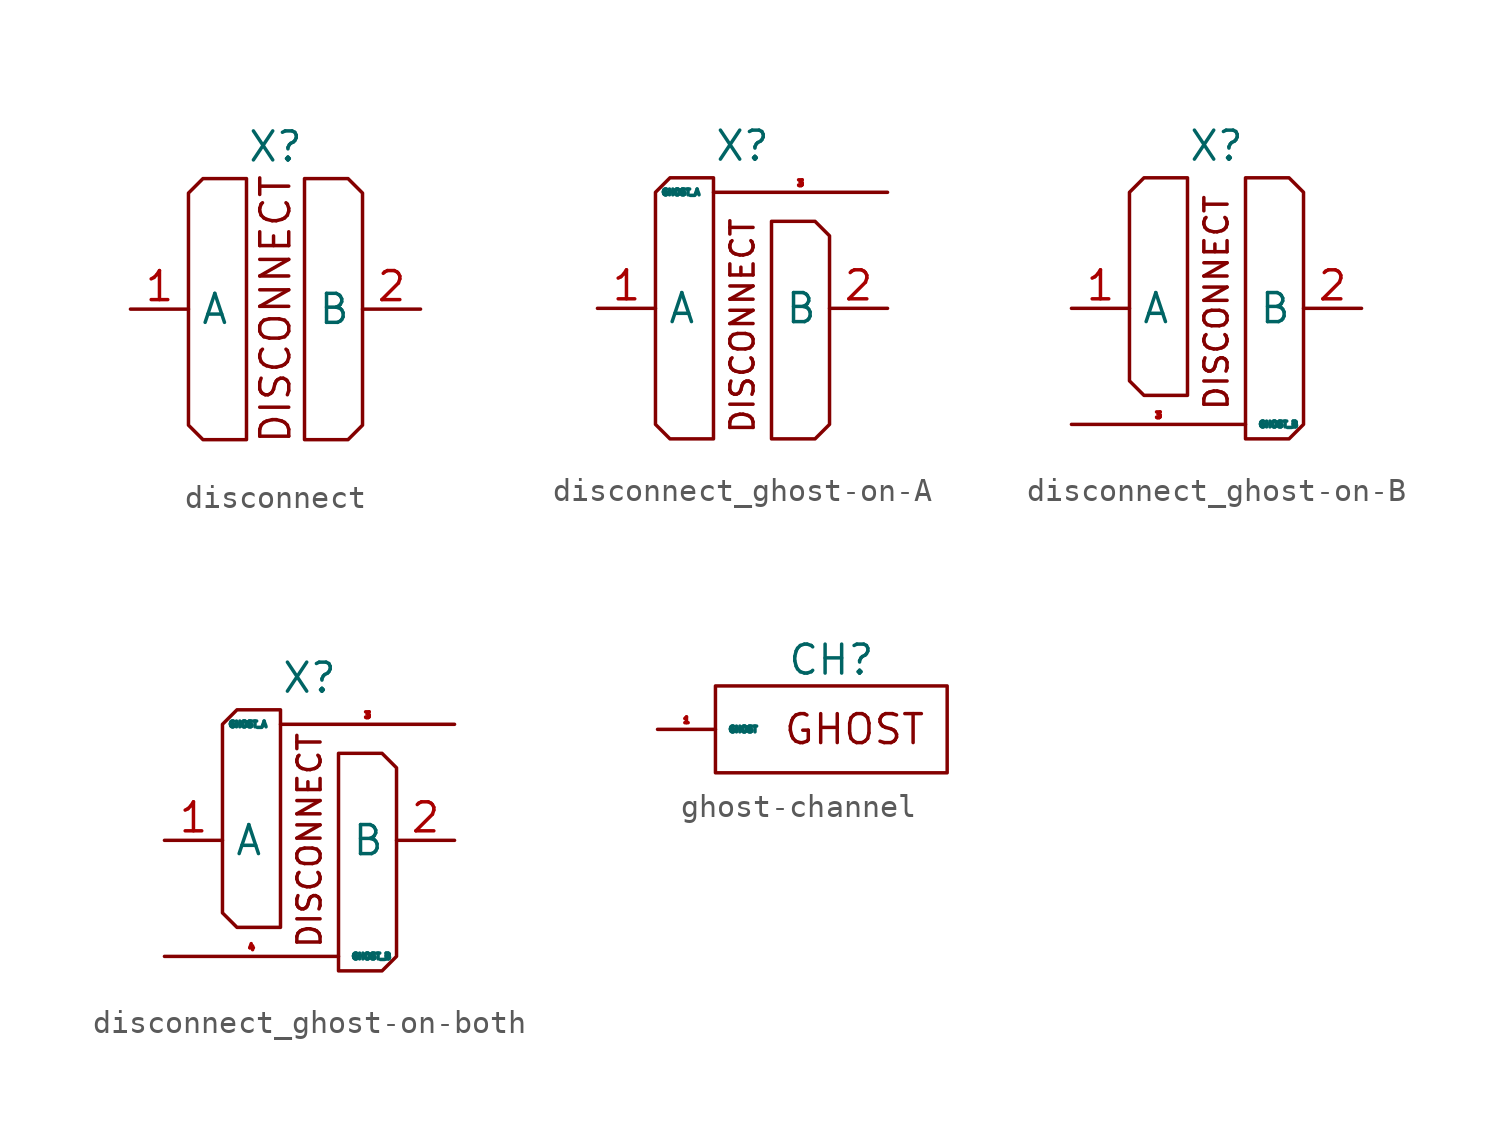
<source format=kicad_sym>
(kicad_symbol_lib
  (version 20241209)
  (generator "kicad_symbol_editor")
  (generator_version "9.0")
  (symbol "disconnect"
    (property "Reference" "X"
      (at 0 7.112 0)
      (do_not_autoplace)
      (effects (font (size 1.27 1.27))))
    (property "Value" ""
      (at 2.54 -4.064 0)
      (do_not_autoplace)
      (effects (font (size 1.27 1.27))))
    (symbol "disconnect_0_1"
      (polyline (pts (xy -1.27 5.715) (xy -3.175 5.715) (xy -3.81 5.08) (xy -3.81 -5.08) (xy -3.175 -5.715) (xy -1.27 -5.715) (xy -1.27 5.715)) (stroke (width 0) (type default)) (fill (type none)))
      (polyline (pts (xy 1.27 5.715) (xy 1.27 -5.715) (xy 3.175 -5.715) (xy 3.81 -5.08) (xy 3.81 5.08) (xy 3.175 5.715) (xy 1.27 5.715)) (stroke (width 0) (type default)) (fill (type none))))
    (symbol "disconnect_1_1"
      (text "DISCONNECT" (at 0 0 900) (effects (font (size 1.27 1.27))))
      (pin unspecified line (at -6.35 0 0) (length 2.54) (name "A" (effects (font (size 1.27 1.27)))) (number "1" (effects (font (size 1.27 1.27)))))
      (pin unspecified line (at 6.35 0 180) (length 2.54) (name "B" (effects (font (size 1.27 1.27)))) (number "2" (effects (font (size 1.27 1.27)))))))
  (symbol "disconnect_ghost-on-A"
    (property "Reference" "X"
      (at 0 7.112 0)
      (do_not_autoplace)
      (effects (font (size 1.27 1.27))))
    (property "Value" ""
      (at 2.54 -4.064 0)
      (do_not_autoplace)
      (effects (font (size 1.27 1.27))))
    (symbol "disconnect_ghost-on-A_0_1"
      (polyline (pts (xy -1.27 5.715) (xy -3.175 5.715) (xy -3.81 5.08) (xy -3.81 -5.08) (xy -3.175 -5.715) (xy -1.27 -5.715) (xy -1.27 5.715)) (stroke (width 0) (type default)) (fill (type none)))
      (polyline (pts (xy 1.27 3.81) (xy 1.27 -5.715) (xy 3.175 -5.715) (xy 3.81 -5.08) (xy 3.81 3.175) (xy 3.175 3.81) (xy 1.27 3.81)) (stroke (width 0) (type default)) (fill (type none))))
    (symbol "disconnect_ghost-on-A_1_1"
      (text "DISCONNECT" (at 0 -0.762 900) (effects (font (size 1.016 1.016))))
      (pin unspecified line (at -6.35 0 0) (length 2.54) (name "A" (effects (font (size 1.27 1.27)))) (number "1" (effects (font (size 1.27 1.27)))))
      (pin unspecified line (at 6.35 5.08 180) (length 7.62) (name "GHOST_A" (effects (font (size 0.254 0.254)))) (number "3" (effects (font (size 0.254 0.254)))))
      (pin unspecified line (at 6.35 0 180) (length 2.54) (name "B" (effects (font (size 1.27 1.27)))) (number "2" (effects (font (size 1.27 1.27)))))))
  (symbol "disconnect_ghost-on-B"
    (property "Reference" "X"
      (at 0 7.112 0)
      (do_not_autoplace)
      (effects (font (size 1.27 1.27))))
    (property "Value" ""
      (at 2.54 -4.064 0)
      (do_not_autoplace)
      (effects (font (size 1.27 1.27))))
    (symbol "disconnect_ghost-on-B_0_1"
      (polyline (pts (xy -1.27 -3.81) (xy -1.27 5.715) (xy -3.175 5.715) (xy -3.81 5.08) (xy -3.81 -3.175) (xy -3.175 -3.81) (xy -1.27 -3.81)) (stroke (width 0) (type default)) (fill (type none)))
      (polyline (pts (xy 1.27 -5.715) (xy 3.175 -5.715) (xy 3.81 -5.08) (xy 3.81 5.08) (xy 3.175 5.715) (xy 1.27 5.715) (xy 1.27 -5.715)) (stroke (width 0) (type default)) (fill (type none))))
    (symbol "disconnect_ghost-on-B_1_1"
      (text "DISCONNECT" (at 0 0.254 900) (effects (font (size 1.016 1.016))))
      (pin unspecified line (at -6.35 0 0) (length 2.54) (name "A" (effects (font (size 1.27 1.27)))) (number "1" (effects (font (size 1.27 1.27)))))
      (pin unspecified line (at -6.35 -5.08 0) (length 7.62) (name "GHOST_B" (effects (font (size 0.254 0.254)))) (number "3" (effects (font (size 0.254 0.254)))))
      (pin unspecified line (at 6.35 0 180) (length 2.54) (name "B" (effects (font (size 1.27 1.27)))) (number "2" (effects (font (size 1.27 1.27)))))))
  (symbol "disconnect_ghost-on-both"
    (property "Reference" "X"
      (at 0 7.112 0)
      (do_not_autoplace)
      (effects (font (size 1.27 1.27))))
    (property "Value" ""
      (at 2.54 -4.064 0)
      (do_not_autoplace)
      (effects (font (size 1.27 1.27))))
    (symbol "disconnect_ghost-on-both_0_1"
      (polyline (pts (xy -1.27 -3.81) (xy -1.27 5.715) (xy -3.175 5.715) (xy -3.81 5.08) (xy -3.81 -3.175) (xy -3.175 -3.81) (xy -1.27 -3.81)) (stroke (width 0) (type default)) (fill (type none)))
      (polyline (pts (xy 1.27 3.81) (xy 1.27 -5.715) (xy 3.175 -5.715) (xy 3.81 -5.08) (xy 3.81 3.175) (xy 3.175 3.81) (xy 1.27 3.81)) (stroke (width 0) (type default)) (fill (type none))))
    (symbol "disconnect_ghost-on-both_1_1"
      (text "DISCONNECT" (at 0 0 900) (effects (font (size 1.016 1.016))))
      (pin unspecified line (at -6.35 0 0) (length 2.54) (name "A" (effects (font (size 1.27 1.27)))) (number "1" (effects (font (size 1.27 1.27)))))
      (pin unspecified line (at -6.35 -5.08 0) (length 7.62) (name "GHOST_B" (effects (font (size 0.254 0.254)))) (number "4" (effects (font (size 0.254 0.254)))))
      (pin unspecified line (at 6.35 5.08 180) (length 7.62) (name "GHOST_A" (effects (font (size 0.254 0.254)))) (number "3" (effects (font (size 0.254 0.254)))))
      (pin unspecified line (at 6.35 0 180) (length 2.54) (name "B" (effects (font (size 1.27 1.27)))) (number "2" (effects (font (size 1.27 1.27)))))))
  (symbol "ghost-channel"
    (property "Reference" "CH"
      (at 0 3.048 0)
      (do_not_autoplace)
      (effects (font (size 1.27 1.27))))
    (symbol "ghost-channel_0_1"
      (rectangle (start -5.08 1.905) (end 5.08 -1.905) (stroke (width 0) (type default)) (fill (type none))))
    (symbol "ghost-channel_1_1"
      (text "GHOST" (at 1.016 0 0) (effects (font (size 1.27 1.27))))
      (pin unspecified line (at -7.62 0 0) (length 2.54) (name "GHOST" (effects (font (size 0.254 0.254)))) (number "1" (effects (font (size 0.254 0.254))))))))
</source>
